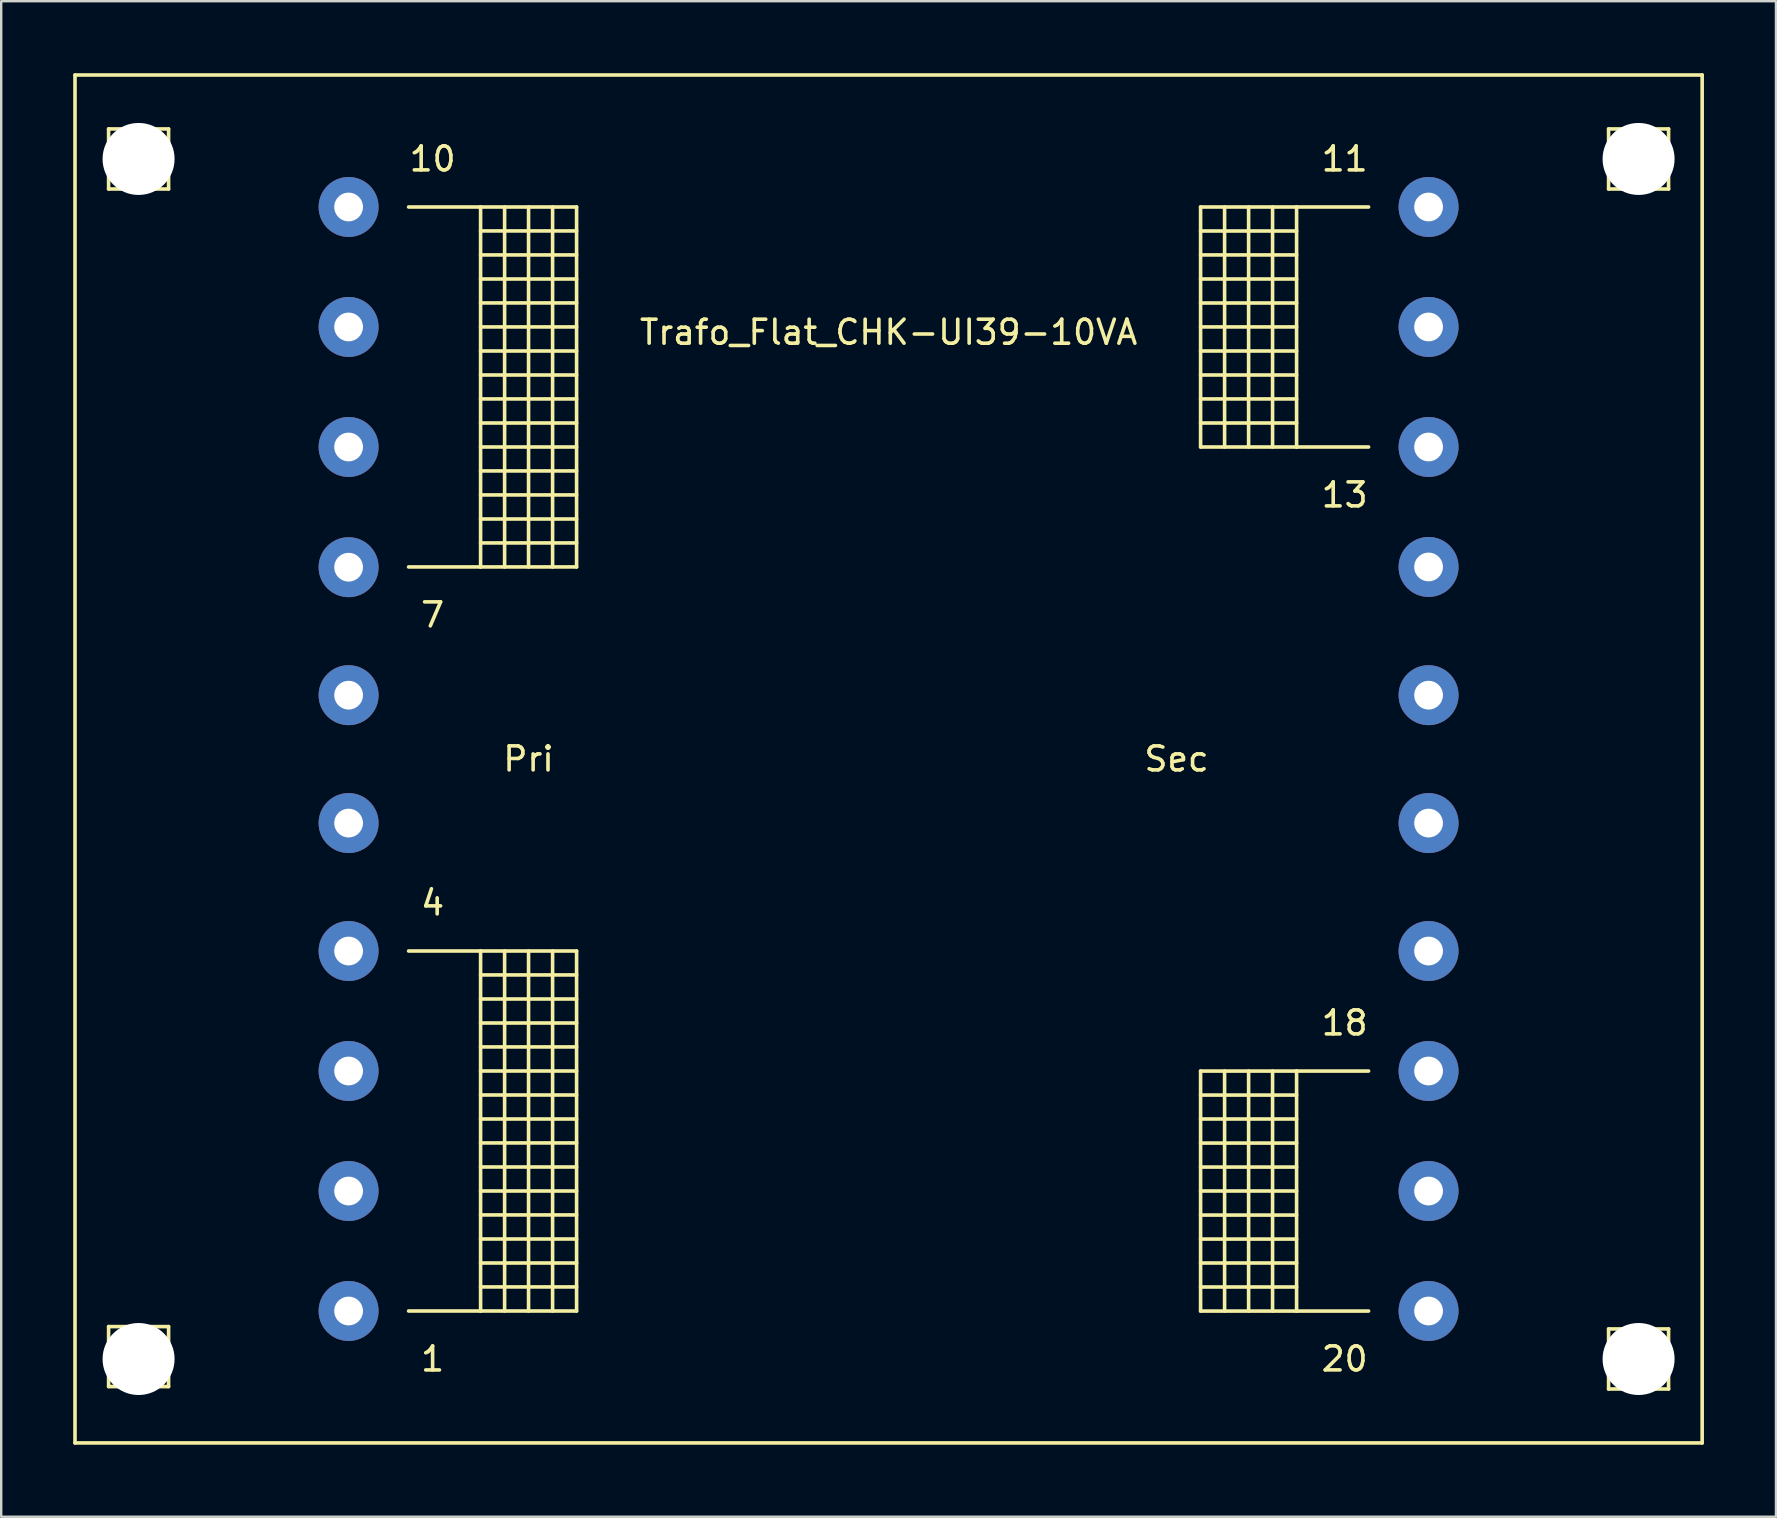
<source format=kicad_pcb>
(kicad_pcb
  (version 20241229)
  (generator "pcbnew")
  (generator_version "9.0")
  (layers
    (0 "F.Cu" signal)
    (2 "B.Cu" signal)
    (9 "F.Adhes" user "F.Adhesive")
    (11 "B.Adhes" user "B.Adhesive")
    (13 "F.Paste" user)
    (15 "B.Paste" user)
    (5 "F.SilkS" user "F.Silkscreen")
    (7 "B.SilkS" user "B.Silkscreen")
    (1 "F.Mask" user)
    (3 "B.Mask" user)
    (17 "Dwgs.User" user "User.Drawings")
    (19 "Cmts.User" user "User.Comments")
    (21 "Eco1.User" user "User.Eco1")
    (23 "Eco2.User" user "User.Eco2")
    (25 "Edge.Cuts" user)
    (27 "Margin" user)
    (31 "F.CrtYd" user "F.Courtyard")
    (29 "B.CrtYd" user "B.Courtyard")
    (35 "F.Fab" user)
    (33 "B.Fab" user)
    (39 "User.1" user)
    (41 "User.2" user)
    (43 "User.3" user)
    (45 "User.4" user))
  (footprint "Trafo_Flat_CHK-UI39-10VA"
    (layer "F.Cu")
    (at 33.974 28.574)
    (property "Reference" "Trafo_Flat_CHK-UI39-10VA" (at 0 -17.78 0) (layer "F.SilkS") (effects (font (size 1 1) (thickness 0.15))))
    (attr through_hole)
    (fp_line (start -33.899 -28.499) (end -33.899 28.499) (stroke (width 0.15) (type solid)) (layer "F.SilkS"))
    (fp_line (start -33.899 28.499) (end 33.899 28.499) (stroke (width 0.15) (type solid)) (layer "F.SilkS"))
    (fp_line (start -32.499 -26.251) (end -32.499 -23.749) (stroke (width 0.15) (type solid)) (layer "F.SilkS"))
    (fp_line (start -32.499 -23.749) (end -30 -23.749) (stroke (width 0.15) (type solid)) (layer "F.SilkS"))
    (fp_line (start -32.499 23.65) (end -32.499 26.149) (stroke (width 0.15) (type solid)) (layer "F.SilkS"))
    (fp_line (start -32.499 26.149) (end -30 26.149) (stroke (width 0.15) (type solid)) (layer "F.SilkS"))
    (fp_line (start -31.25 -26.251) (end -32.499 -26.251) (stroke (width 0.15) (type solid)) (layer "F.SilkS"))
    (fp_line (start -31.25 23.65) (end -32.499 23.65) (stroke (width 0.15) (type solid)) (layer "F.SilkS"))
    (fp_line (start -30 -26.251) (end -31.25 -26.251) (stroke (width 0.15) (type solid)) (layer "F.SilkS"))
    (fp_line (start -30 -23.749) (end -30 -26.251) (stroke (width 0.15) (type solid)) (layer "F.SilkS"))
    (fp_line (start -30 23.65) (end -31.25 23.65) (stroke (width 0.15) (type solid)) (layer "F.SilkS"))
    (fp_line (start -30 26.149) (end -30 23.65) (stroke (width 0.15) (type solid)) (layer "F.SilkS"))
    (fp_line (start -20 -23) (end -17 -23) (stroke (width 0.15) (type solid)) (layer "F.SilkS"))
    (fp_line (start -20 8.001) (end -17 8.001) (stroke (width 0.15) (type solid)) (layer "F.SilkS"))
    (fp_line (start -17 -23) (end -17 -8.001) (stroke (width 0.15) (type solid)) (layer "F.SilkS"))
    (fp_line (start -17 -23) (end -13 -23) (stroke (width 0.15) (type solid)) (layer "F.SilkS"))
    (fp_line (start -17 -22.001) (end -13 -22.001) (stroke (width 0.15) (type solid)) (layer "F.SilkS"))
    (fp_line (start -17 -21.001) (end -13 -21.001) (stroke (width 0.15) (type solid)) (layer "F.SilkS"))
    (fp_line (start -17 -20) (end -13 -20) (stroke (width 0.15) (type solid)) (layer "F.SilkS"))
    (fp_line (start -17 -19.002) (end -13 -19.002) (stroke (width 0.15) (type solid)) (layer "F.SilkS"))
    (fp_line (start -17 -18.001) (end -13 -18.001) (stroke (width 0.15) (type solid)) (layer "F.SilkS"))
    (fp_line (start -17 -17) (end -13 -17) (stroke (width 0.15) (type solid)) (layer "F.SilkS"))
    (fp_line (start -17 -15.999) (end -13 -15.999) (stroke (width 0.15) (type solid)) (layer "F.SilkS"))
    (fp_line (start -17 -15.001) (end -13 -15.001) (stroke (width 0.15) (type solid)) (layer "F.SilkS"))
    (fp_line (start -17 -14) (end -13 -14) (stroke (width 0.15) (type solid)) (layer "F.SilkS"))
    (fp_line (start -17 -13) (end -13 -13) (stroke (width 0.15) (type solid)) (layer "F.SilkS"))
    (fp_line (start -17 -12.002) (end -13 -12.002) (stroke (width 0.15) (type solid)) (layer "F.SilkS"))
    (fp_line (start -17 -11.001) (end -13 -11.001) (stroke (width 0.15) (type solid)) (layer "F.SilkS"))
    (fp_line (start -17 -10) (end -13 -10) (stroke (width 0.15) (type solid)) (layer "F.SilkS"))
    (fp_line (start -17 -9.002) (end -13 -9.002) (stroke (width 0.15) (type solid)) (layer "F.SilkS"))
    (fp_line (start -17 -8.001) (end -20 -8.001) (stroke (width 0.15) (type solid)) (layer "F.SilkS"))
    (fp_line (start -17 8.001) (end -17 23) (stroke (width 0.15) (type solid)) (layer "F.SilkS"))
    (fp_line (start -17 8.001) (end -13 8.001) (stroke (width 0.15) (type solid)) (layer "F.SilkS"))
    (fp_line (start -17 8.999) (end -13 8.999) (stroke (width 0.15) (type solid)) (layer "F.SilkS"))
    (fp_line (start -17 10) (end -13 10) (stroke (width 0.15) (type solid)) (layer "F.SilkS"))
    (fp_line (start -17 11.001) (end -13 11.001) (stroke (width 0.15) (type solid)) (layer "F.SilkS"))
    (fp_line (start -17 11.999) (end -13 11.999) (stroke (width 0.15) (type solid)) (layer "F.SilkS"))
    (fp_line (start -17 13) (end -13 13) (stroke (width 0.15) (type solid)) (layer "F.SilkS"))
    (fp_line (start -17 14) (end -13 14) (stroke (width 0.15) (type solid)) (layer "F.SilkS"))
    (fp_line (start -17 15.001) (end -13 15.001) (stroke (width 0.15) (type solid)) (layer "F.SilkS"))
    (fp_line (start -17 15.999) (end -13 15.999) (stroke (width 0.15) (type solid)) (layer "F.SilkS"))
    (fp_line (start -17 17) (end -13 17) (stroke (width 0.15) (type solid)) (layer "F.SilkS"))
    (fp_line (start -17 18.001) (end -13 18.001) (stroke (width 0.15) (type solid)) (layer "F.SilkS"))
    (fp_line (start -17 18.999) (end -13 18.999) (stroke (width 0.15) (type solid)) (layer "F.SilkS"))
    (fp_line (start -17 20) (end -13 20) (stroke (width 0.15) (type solid)) (layer "F.SilkS"))
    (fp_line (start -17 21.001) (end -13 21.001) (stroke (width 0.15) (type solid)) (layer "F.SilkS"))
    (fp_line (start -17 21.999) (end -13 21.999) (stroke (width 0.15) (type solid)) (layer "F.SilkS"))
    (fp_line (start -17 23) (end -20 23) (stroke (width 0.15) (type solid)) (layer "F.SilkS"))
    (fp_line (start -15.999 -23) (end -15.999 -8.001) (stroke (width 0.15) (type solid)) (layer "F.SilkS"))
    (fp_line (start -15.999 8.001) (end -15.999 23) (stroke (width 0.15) (type solid)) (layer "F.SilkS"))
    (fp_line (start -15.001 -8.001) (end -15.001 -23) (stroke (width 0.15) (type solid)) (layer "F.SilkS"))
    (fp_line (start -15.001 23) (end -15.001 8.001) (stroke (width 0.15) (type solid)) (layer "F.SilkS"))
    (fp_line (start -14 -23) (end -14 -8.001) (stroke (width 0.15) (type solid)) (layer "F.SilkS"))
    (fp_line (start -14 8.001) (end -14 23) (stroke (width 0.15) (type solid)) (layer "F.SilkS"))
    (fp_line (start -13 -23) (end -13 -8.001) (stroke (width 0.15) (type solid)) (layer "F.SilkS"))
    (fp_line (start -13 -8.001) (end -17 -8.001) (stroke (width 0.15) (type solid)) (layer "F.SilkS"))
    (fp_line (start -13 8.001) (end -13 23) (stroke (width 0.15) (type solid)) (layer "F.SilkS"))
    (fp_line (start -13 23) (end -17 23) (stroke (width 0.15) (type solid)) (layer "F.SilkS"))
    (fp_line (start 13 -23) (end 13 -13) (stroke (width 0.15) (type solid)) (layer "F.SilkS"))
    (fp_line (start 13 -21.999) (end 17 -21.999) (stroke (width 0.15) (type solid)) (layer "F.SilkS"))
    (fp_line (start 13 -21.001) (end 17 -21.001) (stroke (width 0.15) (type solid)) (layer "F.SilkS"))
    (fp_line (start 13 -20) (end 17 -20) (stroke (width 0.15) (type solid)) (layer "F.SilkS"))
    (fp_line (start 13 -18.999) (end 17 -18.999) (stroke (width 0.15) (type solid)) (layer "F.SilkS"))
    (fp_line (start 13 -18.001) (end 17 -18.001) (stroke (width 0.15) (type solid)) (layer "F.SilkS"))
    (fp_line (start 13 -17) (end 17 -17) (stroke (width 0.15) (type solid)) (layer "F.SilkS"))
    (fp_line (start 13 -15.999) (end 17 -15.999) (stroke (width 0.15) (type solid)) (layer "F.SilkS"))
    (fp_line (start 13 -15.001) (end 17 -15.001) (stroke (width 0.15) (type solid)) (layer "F.SilkS"))
    (fp_line (start 13 -14) (end 17 -14) (stroke (width 0.15) (type solid)) (layer "F.SilkS"))
    (fp_line (start 13 -13) (end 17 -13) (stroke (width 0.15) (type solid)) (layer "F.SilkS"))
    (fp_line (start 13 13.002) (end 13 23.002) (stroke (width 0.15) (type solid)) (layer "F.SilkS"))
    (fp_line (start 13 14.003) (end 17 14.003) (stroke (width 0.15) (type solid)) (layer "F.SilkS"))
    (fp_line (start 13 15.001) (end 17 15.001) (stroke (width 0.15) (type solid)) (layer "F.SilkS"))
    (fp_line (start 13 16.002) (end 17 16.002) (stroke (width 0.15) (type solid)) (layer "F.SilkS"))
    (fp_line (start 13 17.003) (end 17 17.003) (stroke (width 0.15) (type solid)) (layer "F.SilkS"))
    (fp_line (start 13 18.001) (end 17 18.001) (stroke (width 0.15) (type solid)) (layer "F.SilkS"))
    (fp_line (start 13 19.002) (end 17 19.002) (stroke (width 0.15) (type solid)) (layer "F.SilkS"))
    (fp_line (start 13 20.003) (end 17 20.003) (stroke (width 0.15) (type solid)) (layer "F.SilkS"))
    (fp_line (start 13 21.001) (end 17 21.001) (stroke (width 0.15) (type solid)) (layer "F.SilkS"))
    (fp_line (start 13 22.001) (end 17 22.001) (stroke (width 0.15) (type solid)) (layer "F.SilkS"))
    (fp_line (start 13 23.002) (end 17 23.002) (stroke (width 0.15) (type solid)) (layer "F.SilkS"))
    (fp_line (start 14 -23) (end 14 -13) (stroke (width 0.15) (type solid)) (layer "F.SilkS"))
    (fp_line (start 14 13.002) (end 14 23.002) (stroke (width 0.15) (type solid)) (layer "F.SilkS"))
    (fp_line (start 15.001 -13) (end 15.001 -23) (stroke (width 0.15) (type solid)) (layer "F.SilkS"))
    (fp_line (start 15.001 23.002) (end 15.001 13.002) (stroke (width 0.15) (type solid)) (layer "F.SilkS"))
    (fp_line (start 15.999 -23) (end 15.999 -13) (stroke (width 0.15) (type solid)) (layer "F.SilkS"))
    (fp_line (start 15.999 13.002) (end 15.999 23.002) (stroke (width 0.15) (type solid)) (layer "F.SilkS"))
    (fp_line (start 17 -23) (end 13 -23) (stroke (width 0.15) (type solid)) (layer "F.SilkS"))
    (fp_line (start 17 -23) (end 17 -13) (stroke (width 0.15) (type solid)) (layer "F.SilkS"))
    (fp_line (start 17 -13) (end 20 -13) (stroke (width 0.15) (type solid)) (layer "F.SilkS"))
    (fp_line (start 17 13.002) (end 13 13.002) (stroke (width 0.15) (type solid)) (layer "F.SilkS"))
    (fp_line (start 17 13.002) (end 17 23.002) (stroke (width 0.15) (type solid)) (layer "F.SilkS"))
    (fp_line (start 17 23.002) (end 20 23.002) (stroke (width 0.15) (type solid)) (layer "F.SilkS"))
    (fp_line (start 20 -23) (end 17 -23) (stroke (width 0.15) (type solid)) (layer "F.SilkS"))
    (fp_line (start 20 13.002) (end 17 13.002) (stroke (width 0.15) (type solid)) (layer "F.SilkS"))
    (fp_line (start 30 -26.251) (end 30 -23.749) (stroke (width 0.15) (type solid)) (layer "F.SilkS"))
    (fp_line (start 30 -23.749) (end 32.499 -23.749) (stroke (width 0.15) (type solid)) (layer "F.SilkS"))
    (fp_line (start 30 23.749) (end 30 26.251) (stroke (width 0.15) (type solid)) (layer "F.SilkS"))
    (fp_line (start 30 26.251) (end 32.499 26.251) (stroke (width 0.15) (type solid)) (layer "F.SilkS"))
    (fp_line (start 31.25 -26.251) (end 30 -26.251) (stroke (width 0.15) (type solid)) (layer "F.SilkS"))
    (fp_line (start 31.25 23.749) (end 30 23.749) (stroke (width 0.15) (type solid)) (layer "F.SilkS"))
    (fp_line (start 32.499 -26.251) (end 31.25 -26.251) (stroke (width 0.15) (type solid)) (layer "F.SilkS"))
    (fp_line (start 32.499 -23.749) (end 32.499 -26.251) (stroke (width 0.15) (type solid)) (layer "F.SilkS"))
    (fp_line (start 32.499 23.749) (end 31.25 23.749) (stroke (width 0.15) (type solid)) (layer "F.SilkS"))
    (fp_line (start 32.499 26.251) (end 32.499 23.749) (stroke (width 0.15) (type solid)) (layer "F.SilkS"))
    (fp_line (start 33.899 -28.499) (end -33.899 -28.499) (stroke (width 0.15) (type solid)) (layer "F.SilkS"))
    (fp_line (start 33.899 28.499) (end 33.899 -28.499) (stroke (width 0.15) (type solid)) (layer "F.SilkS"))
    (fp_text user "18" (at 19.002 10.998 0) (layer "F.SilkS") (effects (font (size 1 1) (thickness 0.15))))
    (fp_text user "Sec" (at 11.999 0 0) (layer "F.SilkS") (effects (font (size 1 1) (thickness 0.15))))
    (fp_text user "7" (at -18.999 -6.002 0) (layer "F.SilkS") (effects (font (size 1 1) (thickness 0.15))))
    (fp_text user "10" (at -18.999 -25.001 0) (layer "F.SilkS") (effects (font (size 1 1) (thickness 0.15))))
    (fp_text user "Pri" (at -15.001 0 0) (layer "F.SilkS") (effects (font (size 1 1) (thickness 0.15))))
    (fp_text user "4" (at -18.999 5.999 0) (layer "F.SilkS") (effects (font (size 1 1) (thickness 0.15))))
    (fp_text user "13" (at 19.002 -11.001 0) (layer "F.SilkS") (effects (font (size 1 1) (thickness 0.15))))
    (fp_text user "1" (at -18.999 25.001 0) (layer "F.SilkS") (effects (font (size 1 1) (thickness 0.15))))
    (fp_text user "20" (at 19.002 24.999 0) (layer "F.SilkS") (effects (font (size 1 1) (thickness 0.15))))
    (fp_text user "11" (at 19.002 -25.001 0) (layer "F.SilkS") (effects (font (size 1 1) (thickness 0.15))))
    (pad "" np_thru_hole circle (at -31.25 -25.001) (size 3 3) (drill 3) (layers "*.Cu" "*.Mask"))
    (pad "" np_thru_hole circle (at -31.25 25.001) (size 3 3) (drill 3) (layers "*.Cu" "*.Mask"))
    (pad "" np_thru_hole circle (at 31.25 -25.001) (size 3 3) (drill 3) (layers "*.Cu" "*.Mask"))
    (pad "" np_thru_hole circle (at 31.25 25.001) (size 3 3) (drill 3) (layers "*.Cu" "*.Mask"))
    (pad "1" thru_hole circle (at -22.499 23) (size 2.499 2.499) (drill 1.199) (layers "*.Cu" "*.Mask"))
    (pad "2" thru_hole circle (at -22.499 18.001) (size 2.499 2.499) (drill 1.199) (layers "*.Cu" "*.Mask"))
    (pad "3" thru_hole circle (at -22.499 13) (size 2.499 2.499) (drill 1.199) (layers "*.Cu" "*.Mask"))
    (pad "4" thru_hole circle (at -22.499 8.001) (size 2.499 2.499) (drill 1.199) (layers "*.Cu" "*.Mask"))
    (pad "5" thru_hole circle (at -22.499 2.67) (size 2.499 2.499) (drill 1.199) (layers "*.Cu" "*.Mask"))
    (pad "6" thru_hole circle (at -22.499 -2.659) (size 2.499 2.499) (drill 1.199) (layers "*.Cu" "*.Mask"))
    (pad "7" thru_hole circle (at -22.499 -7.991) (size 2.499 2.499) (drill 1.199) (layers "*.Cu" "*.Mask"))
    (pad "8" thru_hole circle (at -22.499 -13) (size 2.499 2.499) (drill 1.199) (layers "*.Cu" "*.Mask"))
    (pad "9" thru_hole circle (at -22.499 -18.001) (size 2.499 2.499) (drill 1.199) (layers "*.Cu" "*.Mask"))
    (pad "10" thru_hole circle (at -22.499 -23) (size 2.499 2.499) (drill 1.199) (layers "*.Cu" "*.Mask"))
    (pad "11" thru_hole circle (at 22.499 -23) (size 2.499 2.499) (drill 1.199) (layers "*.Cu" "*.Mask"))
    (pad "12" thru_hole circle (at 22.499 -18.001) (size 2.499 2.499) (drill 1.199) (layers "*.Cu" "*.Mask"))
    (pad "13" thru_hole circle (at 22.499 -13) (size 2.499 2.499) (drill 1.199) (layers "*.Cu" "*.Mask"))
    (pad "14" thru_hole circle (at 22.499 -8.001) (size 2.499 2.499) (drill 1.199) (layers "*.Cu" "*.Mask"))
    (pad "15" thru_hole circle (at 22.499 -2.659) (size 2.499 2.499) (drill 1.199) (layers "*.Cu" "*.Mask"))
    (pad "16" thru_hole circle (at 22.499 2.67) (size 2.499 2.499) (drill 1.199) (layers "*.Cu" "*.Mask"))
    (pad "17" thru_hole circle (at 22.499 8.001) (size 2.499 2.499) (drill 1.199) (layers "*.Cu" "*.Mask"))
    (pad "18" thru_hole circle (at 22.499 13) (size 2.499 2.499) (drill 1.199) (layers "*.Cu" "*.Mask"))
    (pad "19" thru_hole circle (at 22.499 18.001) (size 2.499 2.499) (drill 1.199) (layers "*.Cu" "*.Mask"))
    (pad "20" thru_hole circle (at 22.499 23) (size 2.499 2.499) (drill 1.199) (layers "*.Cu" "*.Mask")))
  (gr_rect
    (start -3 -3)
    (end 70.948 60.148)
    (stroke (width 0.1) (type default))
    (fill no)
    (layer "Edge.Cuts")))
</source>
